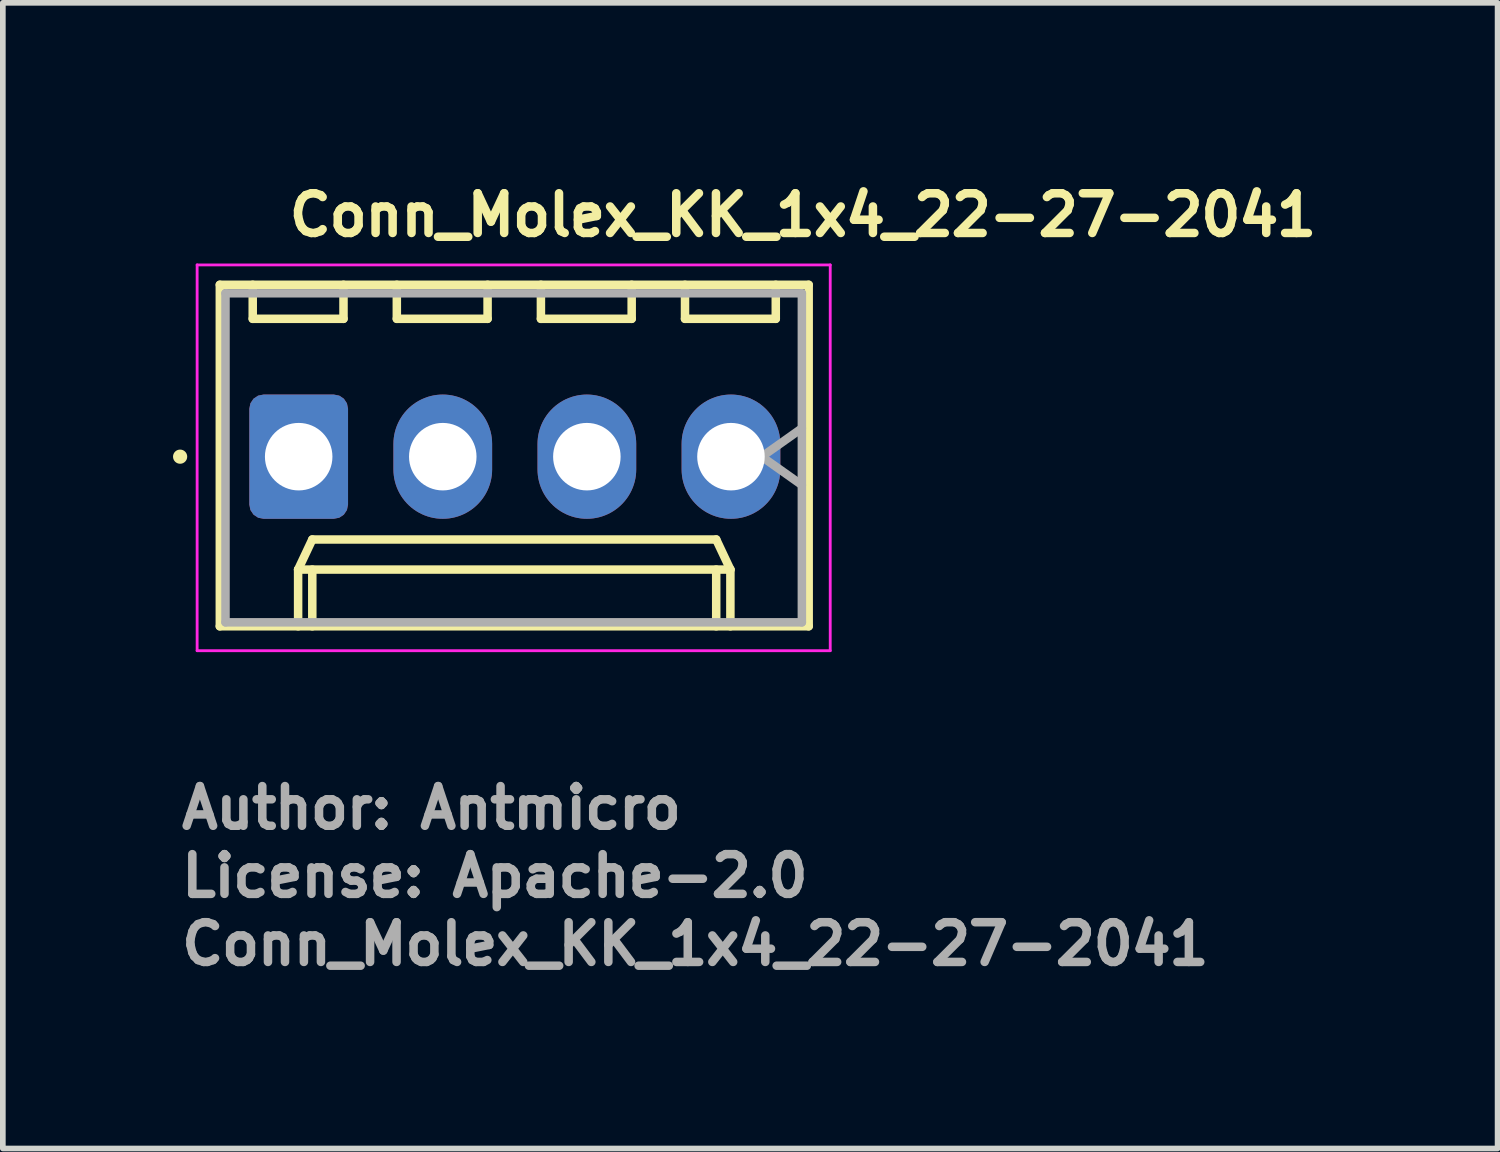
<source format=kicad_pcb>
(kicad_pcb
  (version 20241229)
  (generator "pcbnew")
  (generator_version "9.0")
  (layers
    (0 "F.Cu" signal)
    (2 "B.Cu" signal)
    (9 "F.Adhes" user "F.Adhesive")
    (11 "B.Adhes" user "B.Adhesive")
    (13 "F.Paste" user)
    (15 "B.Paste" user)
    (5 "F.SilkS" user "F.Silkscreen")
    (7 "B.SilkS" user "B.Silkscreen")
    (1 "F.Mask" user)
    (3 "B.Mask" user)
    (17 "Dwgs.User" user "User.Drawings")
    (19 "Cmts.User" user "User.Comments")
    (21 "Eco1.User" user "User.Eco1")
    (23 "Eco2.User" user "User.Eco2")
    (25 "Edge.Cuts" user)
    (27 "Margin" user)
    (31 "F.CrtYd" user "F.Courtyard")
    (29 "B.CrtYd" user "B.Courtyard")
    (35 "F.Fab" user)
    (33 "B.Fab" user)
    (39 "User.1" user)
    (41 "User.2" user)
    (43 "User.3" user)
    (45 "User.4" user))
  (footprint "Conn_Molex_KK_1x4_22-27-2041"
    (layer "F.Cu")
    (at 2.215 5)
    (property "Reference" "Conn_Molex_KK_1x4_22-27-2041" (at -0.243 -3.85 0) (layer "F.SilkS") (effects (font (size 0.7 0.7) (thickness 0.15)) (justify left bottom)))
    (attr through_hole)
    (fp_line (start -1.39 -3.03) (end -1.39 2.99) (stroke (width 0.15) (type solid)) (layer "F.SilkS"))
    (fp_line (start -1.39 2.99) (end 8.99 2.99) (stroke (width 0.15) (type solid)) (layer "F.SilkS"))
    (fp_line (start -0.81 -3.03) (end -0.81 -2.43) (stroke (width 0.15) (type solid)) (layer "F.SilkS"))
    (fp_line (start -0.81 -2.43) (end 0.79 -2.43) (stroke (width 0.15) (type solid)) (layer "F.SilkS"))
    (fp_line (start -0.01 1.99) (end 0.24 1.46) (stroke (width 0.15) (type solid)) (layer "F.SilkS"))
    (fp_line (start -0.01 1.99) (end 7.61 1.99) (stroke (width 0.15) (type solid)) (layer "F.SilkS"))
    (fp_line (start -0.01 2.99) (end -0.01 1.99) (stroke (width 0.15) (type solid)) (layer "F.SilkS"))
    (fp_line (start 0.24 1.46) (end 7.36 1.46) (stroke (width 0.15) (type solid)) (layer "F.SilkS"))
    (fp_line (start 0.24 2.99) (end 0.24 1.99) (stroke (width 0.15) (type solid)) (layer "F.SilkS"))
    (fp_line (start 0.79 -2.43) (end 0.79 -3.03) (stroke (width 0.15) (type solid)) (layer "F.SilkS"))
    (fp_line (start 1.73 -3.03) (end 1.73 -2.43) (stroke (width 0.15) (type solid)) (layer "F.SilkS"))
    (fp_line (start 1.73 -2.43) (end 3.33 -2.43) (stroke (width 0.15) (type solid)) (layer "F.SilkS"))
    (fp_line (start 3.33 -2.43) (end 3.33 -3.03) (stroke (width 0.15) (type solid)) (layer "F.SilkS"))
    (fp_line (start 4.27 -3.03) (end 4.27 -2.43) (stroke (width 0.15) (type solid)) (layer "F.SilkS"))
    (fp_line (start 4.27 -2.43) (end 5.87 -2.43) (stroke (width 0.15) (type solid)) (layer "F.SilkS"))
    (fp_line (start 5.87 -2.43) (end 5.87 -3.03) (stroke (width 0.15) (type solid)) (layer "F.SilkS"))
    (fp_line (start 6.81 -3.03) (end 6.81 -2.43) (stroke (width 0.15) (type solid)) (layer "F.SilkS"))
    (fp_line (start 6.81 -2.43) (end 8.41 -2.43) (stroke (width 0.15) (type solid)) (layer "F.SilkS"))
    (fp_line (start 7.36 1.46) (end 7.61 1.99) (stroke (width 0.15) (type solid)) (layer "F.SilkS"))
    (fp_line (start 7.36 2.99) (end 7.36 1.99) (stroke (width 0.15) (type solid)) (layer "F.SilkS"))
    (fp_line (start 7.61 1.99) (end 7.61 2.99) (stroke (width 0.15) (type solid)) (layer "F.SilkS"))
    (fp_line (start 8.41 -2.43) (end 8.41 -3.03) (stroke (width 0.15) (type solid)) (layer "F.SilkS"))
    (fp_line (start 8.99 -3.03) (end -1.39 -3.03) (stroke (width 0.15) (type solid)) (layer "F.SilkS"))
    (fp_line (start 8.99 2.99) (end 8.99 -3.03) (stroke (width 0.15) (type solid)) (layer "F.SilkS"))
    (fp_circle (center -2.09 0) (end -2.04 0) (stroke (width 0.15) (type solid)) (fill yes) (layer "F.SilkS"))
    (fp_line (start -1.79 -3.38) (end -1.79 3.42) (stroke (width 0.05) (type solid)) (layer "F.CrtYd"))
    (fp_line (start -1.79 3.42) (end 9.37 3.42) (stroke (width 0.05) (type solid)) (layer "F.CrtYd"))
    (fp_line (start 9.37 -3.38) (end -1.79 -3.38) (stroke (width 0.05) (type solid)) (layer "F.CrtYd"))
    (fp_line (start 9.37 3.42) (end 9.37 -3.38) (stroke (width 0.05) (type solid)) (layer "F.CrtYd"))
    (fp_line (start -1.29 -2.88) (end -1.29 2.92) (stroke (width 0.15) (type solid)) (layer "F.Fab"))
    (fp_line (start -1.29 2.92) (end 8.87 2.92) (stroke (width 0.15) (type solid)) (layer "F.Fab"))
    (fp_line (start 8.163 0) (end 8.87 -0.5) (stroke (width 0.15) (type solid)) (layer "F.Fab"))
    (fp_line (start 8.87 -2.88) (end -1.29 -2.88) (stroke (width 0.15) (type solid)) (layer "F.Fab"))
    (fp_line (start 8.87 0.5) (end 8.163 0) (stroke (width 0.15) (type solid)) (layer "F.Fab"))
    (fp_line (start 8.87 2.92) (end 8.87 -2.88) (stroke (width 0.15) (type solid)) (layer "F.Fab"))
    (fp_rect (start -1.201 -3.25) (end 8.805 3.099) (stroke (width 0.1) (type solid)) (fill no) (layer "User.5"))
    (fp_line (start -1.201 3.099) (end -1.201 -3.25) (stroke (width 0.02) (type solid)) (layer "User.9"))
    (fp_line (start -0.325 -0.316) (end -0.122 -0.113) (stroke (width 0.02) (type solid)) (layer "User.9"))
    (fp_line (start -0.325 0.318) (end -0.325 -0.316) (stroke (width 0.02) (type solid)) (layer "User.9"))
    (fp_line (start -0.325 0.318) (end -0.122 0.115) (stroke (width 0.02) (type solid)) (layer "User.9"))
    (fp_line (start -0.122 0.115) (end -0.122 -0.113) (stroke (width 0.02) (type solid)) (layer "User.9"))
    (fp_line (start -0.008 2.464) (end -0.008 1.385) (stroke (width 0.02) (type solid)) (layer "User.9"))
    (fp_line (start -0.008 3.099) (end -1.201 3.099) (stroke (width 0.02) (type solid)) (layer "User.9"))
    (fp_line (start -0.008 3.099) (end -0.008 2.464) (stroke (width 0.02) (type solid)) (layer "User.9"))
    (fp_line (start 0.107 -0.113) (end -0.122 -0.113) (stroke (width 0.02) (type solid)) (layer "User.9"))
    (fp_line (start 0.107 -0.113) (end 0.107 0.115) (stroke (width 0.02) (type solid)) (layer "User.9"))
    (fp_line (start 0.107 0.115) (end -0.122 0.115) (stroke (width 0.02) (type solid)) (layer "User.9"))
    (fp_line (start 0.31 -0.316) (end -0.325 -0.316) (stroke (width 0.02) (type solid)) (layer "User.9"))
    (fp_line (start 0.31 -0.316) (end 0.107 -0.113) (stroke (width 0.02) (type solid)) (layer "User.9"))
    (fp_line (start 0.31 -0.316) (end 0.31 0.318) (stroke (width 0.02) (type solid)) (layer "User.9"))
    (fp_line (start 0.31 0.318) (end -0.325 0.318) (stroke (width 0.02) (type solid)) (layer "User.9"))
    (fp_line (start 0.31 0.318) (end 0.107 0.115) (stroke (width 0.02) (type solid)) (layer "User.9"))
    (fp_line (start 0.373 -3.25) (end -1.201 -3.25) (stroke (width 0.02) (type solid)) (layer "User.9"))
    (fp_line (start 0.373 -3.25) (end 0.628 -2.996) (stroke (width 0.02) (type solid)) (layer "User.9"))
    (fp_line (start 0.628 -2.996) (end 1.897 -2.996) (stroke (width 0.02) (type solid)) (layer "User.9"))
    (fp_line (start 1.897 -2.996) (end 2.152 -3.25) (stroke (width 0.02) (type solid)) (layer "User.9"))
    (fp_line (start 2.215 -0.316) (end 2.418 -0.113) (stroke (width 0.02) (type solid)) (layer "User.9"))
    (fp_line (start 2.215 0.318) (end 2.215 -0.316) (stroke (width 0.02) (type solid)) (layer "User.9"))
    (fp_line (start 2.215 0.318) (end 2.418 0.115) (stroke (width 0.02) (type solid)) (layer "User.9"))
    (fp_line (start 2.418 0.115) (end 2.418 -0.113) (stroke (width 0.02) (type solid)) (layer "User.9"))
    (fp_line (start 2.647 -0.113) (end 2.418 -0.113) (stroke (width 0.02) (type solid)) (layer "User.9"))
    (fp_line (start 2.647 -0.113) (end 2.647 0.115) (stroke (width 0.02) (type solid)) (layer "User.9"))
    (fp_line (start 2.647 0.115) (end 2.418 0.115) (stroke (width 0.02) (type solid)) (layer "User.9"))
    (fp_line (start 2.85 -0.316) (end 2.215 -0.316) (stroke (width 0.02) (type solid)) (layer "User.9"))
    (fp_line (start 2.85 -0.316) (end 2.647 -0.113) (stroke (width 0.02) (type solid)) (layer "User.9"))
    (fp_line (start 2.85 -0.316) (end 2.85 0.318) (stroke (width 0.02) (type solid)) (layer "User.9"))
    (fp_line (start 2.85 0.318) (end 2.215 0.318) (stroke (width 0.02) (type solid)) (layer "User.9"))
    (fp_line (start 2.85 0.318) (end 2.647 0.115) (stroke (width 0.02) (type solid)) (layer "User.9"))
    (fp_line (start 2.913 -3.25) (end 2.152 -3.25) (stroke (width 0.02) (type solid)) (layer "User.9"))
    (fp_line (start 2.913 -3.25) (end 3.168 -2.996) (stroke (width 0.02) (type solid)) (layer "User.9"))
    (fp_line (start 3.168 -2.996) (end 4.437 -2.996) (stroke (width 0.02) (type solid)) (layer "User.9"))
    (fp_line (start 4.437 -2.996) (end 4.691 -3.25) (stroke (width 0.02) (type solid)) (layer "User.9"))
    (fp_line (start 4.755 -0.316) (end 4.958 -0.113) (stroke (width 0.02) (type solid)) (layer "User.9"))
    (fp_line (start 4.755 0.318) (end 4.755 -0.316) (stroke (width 0.02) (type solid)) (layer "User.9"))
    (fp_line (start 4.755 0.318) (end 4.958 0.115) (stroke (width 0.02) (type solid)) (layer "User.9"))
    (fp_line (start 4.958 0.115) (end 4.958 -0.113) (stroke (width 0.02) (type solid)) (layer "User.9"))
    (fp_line (start 5.187 -0.113) (end 4.958 -0.113) (stroke (width 0.02) (type solid)) (layer "User.9"))
    (fp_line (start 5.187 -0.113) (end 5.187 0.115) (stroke (width 0.02) (type solid)) (layer "User.9"))
    (fp_line (start 5.187 0.115) (end 4.958 0.115) (stroke (width 0.02) (type solid)) (layer "User.9"))
    (fp_line (start 5.39 -0.316) (end 4.755 -0.316) (stroke (width 0.02) (type solid)) (layer "User.9"))
    (fp_line (start 5.39 -0.316) (end 5.187 -0.113) (stroke (width 0.02) (type solid)) (layer "User.9"))
    (fp_line (start 5.39 -0.316) (end 5.39 0.318) (stroke (width 0.02) (type solid)) (layer "User.9"))
    (fp_line (start 5.39 0.318) (end 4.755 0.318) (stroke (width 0.02) (type solid)) (layer "User.9"))
    (fp_line (start 5.39 0.318) (end 5.187 0.115) (stroke (width 0.02) (type solid)) (layer "User.9"))
    (fp_line (start 7.295 -0.316) (end 7.498 -0.113) (stroke (width 0.02) (type solid)) (layer "User.9"))
    (fp_line (start 7.295 0.318) (end 7.295 -0.316) (stroke (width 0.02) (type solid)) (layer "User.9"))
    (fp_line (start 7.295 0.318) (end 7.498 0.115) (stroke (width 0.02) (type solid)) (layer "User.9"))
    (fp_line (start 7.498 0.115) (end 7.498 -0.113) (stroke (width 0.02) (type solid)) (layer "User.9"))
    (fp_line (start 7.612 1.385) (end -0.008 1.385) (stroke (width 0.02) (type solid)) (layer "User.9"))
    (fp_line (start 7.612 2.464) (end -0.008 2.464) (stroke (width 0.02) (type solid)) (layer "User.9"))
    (fp_line (start 7.612 2.464) (end 7.612 1.385) (stroke (width 0.02) (type solid)) (layer "User.9"))
    (fp_line (start 7.612 3.099) (end -0.008 3.099) (stroke (width 0.02) (type solid)) (layer "User.9"))
    (fp_line (start 7.612 3.099) (end 7.612 2.464) (stroke (width 0.02) (type solid)) (layer "User.9"))
    (fp_line (start 7.726 -0.113) (end 7.498 -0.113) (stroke (width 0.02) (type solid)) (layer "User.9"))
    (fp_line (start 7.726 -0.113) (end 7.726 0.115) (stroke (width 0.02) (type solid)) (layer "User.9"))
    (fp_line (start 7.726 0.115) (end 7.498 0.115) (stroke (width 0.02) (type solid)) (layer "User.9"))
    (fp_line (start 7.929 -0.316) (end 7.295 -0.316) (stroke (width 0.02) (type solid)) (layer "User.9"))
    (fp_line (start 7.929 -0.316) (end 7.726 -0.113) (stroke (width 0.02) (type solid)) (layer "User.9"))
    (fp_line (start 7.929 -0.316) (end 7.929 0.318) (stroke (width 0.02) (type solid)) (layer "User.9"))
    (fp_line (start 7.929 0.318) (end 7.295 0.318) (stroke (width 0.02) (type solid)) (layer "User.9"))
    (fp_line (start 7.929 0.318) (end 7.726 0.115) (stroke (width 0.02) (type solid)) (layer "User.9"))
    (fp_line (start 8.805 -3.25) (end 4.691 -3.25) (stroke (width 0.02) (type solid)) (layer "User.9"))
    (fp_line (start 8.805 3.099) (end 7.612 3.099) (stroke (width 0.02) (type solid)) (layer "User.9"))
    (fp_line (start 8.805 3.099) (end 8.805 -3.25) (stroke (width 0.02) (type solid)) (layer "User.9"))
    (fp_text user "Author: Antmicro" (at -2.14 6.6 0) (layer "F.Fab") (effects (font (size 0.7 0.7) (thickness 0.15)) (justify left bottom)))
    (fp_text user "License: Apache-2.0" (at -2.14 7.8 0) (layer "F.Fab") (effects (font (size 0.7 0.7) (thickness 0.15)) (justify left bottom)))
    (fp_text user "${REFERENCE}" (at -2.14 9 0) (layer "F.Fab") (effects (font (size 0.7 0.7) (thickness 0.15)) (justify left bottom)))
    (pad "1" thru_hole roundrect (at 0 0) (size 1.74 2.19) (drill 1.19) (layers "*.Cu" "*.Mask") (roundrect_rratio 0.144))
    (pad "2" thru_hole oval (at 2.54 0) (size 1.74 2.19) (drill 1.19) (layers "*.Cu" "*.Mask"))
    (pad "3" thru_hole oval (at 5.08 0) (size 1.74 2.19) (drill 1.19) (layers "*.Cu" "*.Mask"))
    (pad "4" thru_hole oval (at 7.62 0) (size 1.74 2.19) (drill 1.19) (layers "*.Cu" "*.Mask")))
  (gr_rect
    (start -3 -3)
    (end 23.349 17.195)
    (stroke (width 0.1) (type default))
    (fill no)
    (layer "Edge.Cuts")))
</source>
